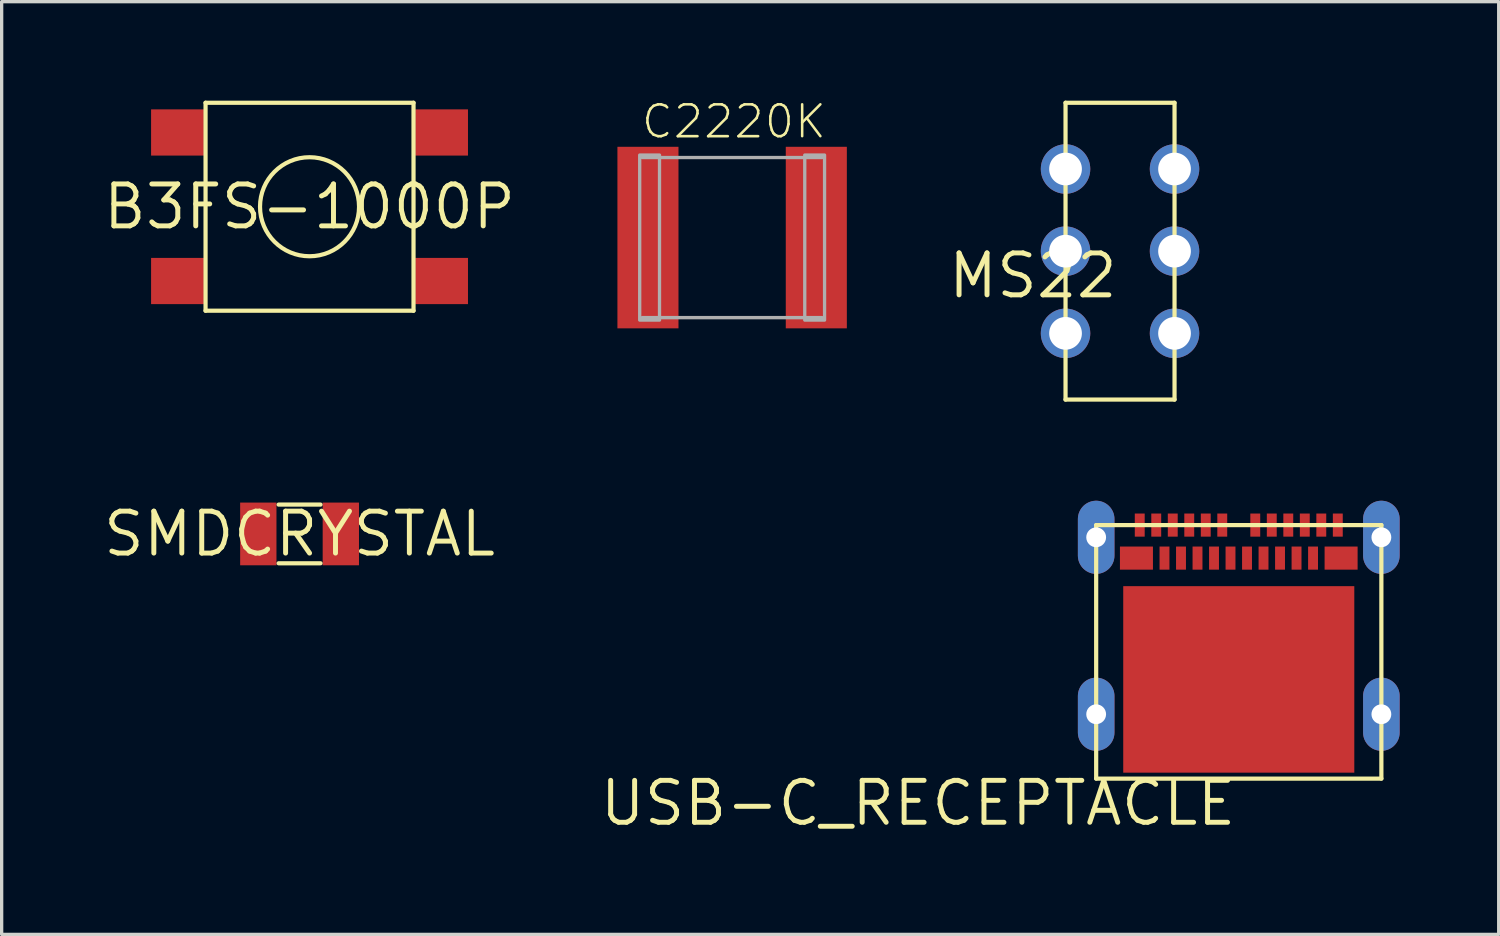
<source format=kicad_pcb>
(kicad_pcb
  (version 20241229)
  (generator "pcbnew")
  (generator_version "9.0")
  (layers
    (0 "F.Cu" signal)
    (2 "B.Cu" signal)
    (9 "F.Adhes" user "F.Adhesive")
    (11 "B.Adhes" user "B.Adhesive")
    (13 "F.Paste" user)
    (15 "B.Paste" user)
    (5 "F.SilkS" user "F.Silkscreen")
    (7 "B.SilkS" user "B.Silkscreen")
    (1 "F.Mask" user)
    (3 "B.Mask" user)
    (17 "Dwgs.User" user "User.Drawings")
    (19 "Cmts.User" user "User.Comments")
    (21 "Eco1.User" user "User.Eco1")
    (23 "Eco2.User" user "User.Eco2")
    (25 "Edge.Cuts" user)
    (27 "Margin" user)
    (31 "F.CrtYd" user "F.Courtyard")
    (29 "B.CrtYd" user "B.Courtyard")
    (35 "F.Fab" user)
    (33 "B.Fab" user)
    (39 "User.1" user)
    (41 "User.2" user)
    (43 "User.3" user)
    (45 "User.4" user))
  (footprint "SMDCRYSTAL"
    (layer "F.Cu")
    (at 6.025 13.125)
    (property "Reference" "SMDCRYSTAL" (at 0 0 0) (layer "F.SilkS") (effects (font (size 1.27 1.27) (thickness 0.15))))
    (attr through_hole)
    (fp_line (start -0.635 -0.889) (end 0.635 -0.889) (stroke (width 0.127) (type solid)) (layer "F.SilkS"))
    (fp_line (start -0.635 0.889) (end 0.635 0.889) (stroke (width 0.127) (type solid)) (layer "F.SilkS"))
    (pad "P$1" smd rect (at -1.25 0 180) (size 1.1 1.9) (layers "F.Cu" "F.Mask" "F.Paste"))
    (pad "P$2" smd rect (at 1.25 0 180) (size 1.1 1.9) (layers "F.Cu" "F.Mask" "F.Paste")))
  (footprint "USB-C_RECEPTACLE"
    (layer "F.Cu")
    (at 34.477 20.537)
    (property "Reference" "USB-C_RECEPTACLE" (at 0 0 0) (layer "F.SilkS") (effects (font (size 1.27 1.27) (thickness 0.15)) (justify right top)))
    (attr through_hole)
    (fp_line (start -4.32 -7.68) (end -4.32 0) (stroke (width 0.127) (type solid)) (layer "F.SilkS"))
    (fp_line (start -4.32 0) (end 4.32 0) (stroke (width 0.127) (type solid)) (layer "F.SilkS"))
    (fp_line (start 4.32 -7.68) (end -4.32 -7.68) (stroke (width 0.127) (type solid)) (layer "F.SilkS"))
    (fp_line (start 4.32 0) (end 4.32 -7.68) (stroke (width 0.127) (type solid)) (layer "F.SilkS"))
    (fp_line (start -4.62 -7.87) (end -4.62 -6.75) (stroke (width 0.001) (type solid)) (layer "Edge.Cuts"))
    (fp_line (start -4.62 -2.51) (end -4.62 -1.39) (stroke (width 0.001) (type solid)) (layer "Edge.Cuts"))
    (fp_line (start -4.02 -6.75) (end -4.02 -7.87) (stroke (width 0.001) (type solid)) (layer "Edge.Cuts"))
    (fp_line (start -4.02 -1.39) (end -4.02 -2.51) (stroke (width 0.001) (type solid)) (layer "Edge.Cuts"))
    (fp_line (start 4.02 -7.86) (end 4.02 -6.74) (stroke (width 0.001) (type solid)) (layer "Edge.Cuts"))
    (fp_line (start 4.02 -2.52) (end 4.02 -1.4) (stroke (width 0.001) (type solid)) (layer "Edge.Cuts"))
    (fp_line (start 4.62 -6.74) (end 4.62 -7.86) (stroke (width 0.001) (type solid)) (layer "Edge.Cuts"))
    (fp_line (start 4.62 -1.4) (end 4.62 -2.52) (stroke (width 0.001) (type solid)) (layer "Edge.Cuts"))
    (fp_arc (start -4.62 -7.87) (mid -4.32 -8.17) (end -4.02 -7.87) (stroke (width 0.001) (type solid)) (layer "Edge.Cuts"))
    (fp_arc (start -4.62 -2.51) (mid -4.32 -2.81) (end -4.02 -2.51) (stroke (width 0.001) (type solid)) (layer "Edge.Cuts"))
    (fp_arc (start -4.02 -6.75) (mid -4.32 -6.45) (end -4.62 -6.75) (stroke (width 0.001) (type solid)) (layer "Edge.Cuts"))
    (fp_arc (start -4.02 -1.39) (mid -4.32 -1.09) (end -4.62 -1.39) (stroke (width 0.001) (type solid)) (layer "Edge.Cuts"))
    (fp_arc (start 4.02 -7.86) (mid 4.32 -8.16) (end 4.62 -7.86) (stroke (width 0.001) (type solid)) (layer "Edge.Cuts"))
    (fp_arc (start 4.02 -2.52) (mid 4.32 -2.82) (end 4.62 -2.52) (stroke (width 0.001) (type solid)) (layer "Edge.Cuts"))
    (fp_arc (start 4.62 -6.74) (mid 4.32 -6.44) (end 4.02 -6.74) (stroke (width 0.001) (type solid)) (layer "Edge.Cuts"))
    (fp_arc (start 4.62 -1.4) (mid 4.32 -1.1) (end 4.02 -1.4) (stroke (width 0.001) (type solid)) (layer "Edge.Cuts"))
    (pad "P$1" smd rect (at 0 -3.005) (size 7 5.65) (layers "F.Cu" "F.Mask" "F.Paste"))
    (pad "P$2" thru_hole oval (at 4.32 -1.95 90) (size 2.216 1.108) (drill 0.6) (layers "*.Cu" "*.Mask"))
    (pad "P$3" thru_hole oval (at -4.32 -1.95 90) (size 2.216 1.108) (drill 0.6) (layers "*.Cu" "*.Mask"))
    (pad "P$4" thru_hole oval (at -4.32 -7.31 90) (size 2.216 1.108) (drill 0.6) (layers "*.Cu" "*.Mask"))
    (pad "P$5" thru_hole oval (at 4.32 -7.31 90) (size 2.216 1.108) (drill 0.6) (layers "*.Cu" "*.Mask"))
    (pad "P$6" smd rect (at -0.25 -6.68) (size 0.3 0.7) (layers "F.Cu" "F.Mask" "F.Paste"))
    (pad "P$7" smd rect (at -0.75 -6.68) (size 0.3 0.7) (layers "F.Cu" "F.Mask" "F.Paste"))
    (pad "P$8" smd rect (at -1.25 -6.68) (size 0.3 0.7) (layers "F.Cu" "F.Mask" "F.Paste"))
    (pad "P$9" smd rect (at -1.75 -6.68) (size 0.3 0.7) (layers "F.Cu" "F.Mask" "F.Paste"))
    (pad "P$10" smd rect (at -2.25 -6.68) (size 0.3 0.7) (layers "F.Cu" "F.Mask" "F.Paste"))
    (pad "P$11" smd rect (at 0.25 -6.68) (size 0.3 0.7) (layers "F.Cu" "F.Mask" "F.Paste"))
    (pad "P$12" smd rect (at 0.75 -6.68) (size 0.3 0.7) (layers "F.Cu" "F.Mask" "F.Paste"))
    (pad "P$13" smd rect (at 1.25 -6.68) (size 0.3 0.7) (layers "F.Cu" "F.Mask" "F.Paste"))
    (pad "P$14" smd rect (at 1.75 -6.68) (size 0.3 0.7) (layers "F.Cu" "F.Mask" "F.Paste"))
    (pad "P$15" smd rect (at 2.25 -6.68) (size 0.3 0.7) (layers "F.Cu" "F.Mask" "F.Paste"))
    (pad "P$16" smd rect (at 0.5 -7.68) (size 0.3 0.7) (layers "F.Cu" "F.Mask" "F.Paste"))
    (pad "P$17" smd rect (at 1 -7.68) (size 0.3 0.7) (layers "F.Cu" "F.Mask" "F.Paste"))
    (pad "P$18" smd rect (at 1.5 -7.68) (size 0.3 0.7) (layers "F.Cu" "F.Mask" "F.Paste"))
    (pad "P$19" smd rect (at 2 -7.68) (size 0.3 0.7) (layers "F.Cu" "F.Mask" "F.Paste"))
    (pad "P$20" smd rect (at 2.5 -7.68) (size 0.3 0.7) (layers "F.Cu" "F.Mask" "F.Paste"))
    (pad "P$21" smd rect (at 3 -7.68) (size 0.3 0.7) (layers "F.Cu" "F.Mask" "F.Paste"))
    (pad "P$22" smd rect (at -0.5 -7.68) (size 0.3 0.7) (layers "F.Cu" "F.Mask" "F.Paste"))
    (pad "P$23" smd rect (at -1 -7.68) (size 0.3 0.7) (layers "F.Cu" "F.Mask" "F.Paste"))
    (pad "P$24" smd rect (at -1.5 -7.68) (size 0.3 0.7) (layers "F.Cu" "F.Mask" "F.Paste"))
    (pad "P$25" smd rect (at -2 -7.68) (size 0.3 0.7) (layers "F.Cu" "F.Mask" "F.Paste"))
    (pad "P$26" smd rect (at -2.5 -7.68) (size 0.3 0.7) (layers "F.Cu" "F.Mask" "F.Paste"))
    (pad "P$27" smd rect (at -3 -7.68) (size 0.3 0.7) (layers "F.Cu" "F.Mask" "F.Paste"))
    (pad "P$28" smd rect (at -3.1 -6.68) (size 1 0.7) (layers "F.Cu" "F.Mask" "F.Paste"))
    (pad "P$29" smd rect (at 3.1 -6.68) (size 1 0.7) (layers "F.Cu" "F.Mask" "F.Paste")))
  (footprint "B3FS-1000P"
    (layer "F.Cu")
    (at 6.327 3.213)
    (property "Reference" "B3FS-1000P" (at 0 0 0) (layer "F.SilkS") (effects (font (size 1.27 1.27) (thickness 0.15))))
    (attr through_hole)
    (fp_line (start -3.15 -3.15) (end 3.15 -3.15) (stroke (width 0.127) (type solid)) (layer "F.SilkS"))
    (fp_line (start -3.15 3.15) (end -3.15 -3.15) (stroke (width 0.127) (type solid)) (layer "F.SilkS"))
    (fp_line (start 3.15 -3.15) (end 3.15 3.15) (stroke (width 0.127) (type solid)) (layer "F.SilkS"))
    (fp_line (start 3.15 3.15) (end -3.15 3.15) (stroke (width 0.127) (type solid)) (layer "F.SilkS"))
    (fp_circle (center 0 0) (end 1.5 0) (stroke (width 0.127) (type solid)) (fill no) (layer "F.SilkS"))
    (pad "P$1" smd rect (at 4 2.25 180) (size 1.6 1.4) (layers "F.Cu" "F.Mask" "F.Paste"))
    (pad "P$2" smd rect (at -4 2.25 180) (size 1.6 1.4) (layers "F.Cu" "F.Mask" "F.Paste"))
    (pad "P$3" smd rect (at 4 -2.25 180) (size 1.6 1.4) (layers "F.Cu" "F.Mask" "F.Paste"))
    (pad "P$4" smd rect (at -4 -2.25 180) (size 1.6 1.4) (layers "F.Cu" "F.Mask" "F.Paste")))
  (footprint "MS22"
    (layer "F.Cu")
    (at 30.88 4.559)
    (property "Reference" "MS22" (at 0 0 0) (layer "F.SilkS") (effects (font (size 1.27 1.27) (thickness 0.15)) (justify right top)))
    (attr through_hole)
    (fp_line (start -1.651 -4.496) (end 1.651 -4.496) (stroke (width 0.127) (type solid)) (layer "F.SilkS"))
    (fp_line (start -1.651 4.496) (end -1.651 -4.496) (stroke (width 0.127) (type solid)) (layer "F.SilkS"))
    (fp_line (start 1.651 -4.496) (end 1.651 4.496) (stroke (width 0.127) (type solid)) (layer "F.SilkS"))
    (fp_line (start 1.651 4.496) (end -1.651 4.496) (stroke (width 0.127) (type solid)) (layer "F.SilkS"))
    (pad "P$1" thru_hole circle (at -1.651 -2.489) (size 1.499 1.499) (drill 0.991) (layers "*.Cu" "*.Mask"))
    (pad "P$2" thru_hole circle (at 1.651 -2.489) (size 1.499 1.499) (drill 0.991) (layers "*.Cu" "*.Mask"))
    (pad "P$3" thru_hole circle (at -1.651 0) (size 1.499 1.499) (drill 0.991) (layers "*.Cu" "*.Mask"))
    (pad "P$4" thru_hole circle (at 1.651 0) (size 1.499 1.499) (drill 0.991) (layers "*.Cu" "*.Mask"))
    (pad "P$5" thru_hole circle (at -1.651 2.489) (size 1.499 1.499) (drill 0.991) (layers "*.Cu" "*.Mask"))
    (pad "P$6" thru_hole circle (at 1.651 2.489) (size 1.499 1.499) (drill 0.991) (layers "*.Cu" "*.Mask")))
  (footprint "C2220K"
    (layer "F.Cu")
    (at 19.129 4.147)
    (property "Reference" "C2220K" (at -2.8 -2.95 0) (layer "F.SilkS") (effects (font (size 0.965 0.965) (thickness 0.077)) (justify left bottom)))
    (attr through_hole)
    (fp_line (start -2.725 -2.425) (end 2.725 -2.425) (stroke (width 0.102) (type solid)) (layer "F.Fab"))
    (fp_line (start 2.725 2.425) (end -2.725 2.425) (stroke (width 0.102) (type solid)) (layer "F.Fab"))
    (fp_poly (pts (xy -2.8 2.5) (xy -2.2 2.5) (xy -2.2 -2.5) (xy -2.8 -2.5)) (stroke (width 0.1) (type solid)) (fill no) (layer "F.Fab"))
    (fp_poly (pts (xy 2.2 2.5) (xy 2.8 2.5) (xy 2.8 -2.5) (xy 2.2 -2.5)) (stroke (width 0.1) (type solid)) (fill no) (layer "F.Fab"))
    (pad "1" smd rect (at -2.55 0) (size 1.85 5.5) (layers "F.Cu" "F.Mask" "F.Paste"))
    (pad "2" smd rect (at 2.55 0) (size 1.85 5.5) (layers "F.Cu" "F.Mask" "F.Paste")))
  (gr_rect
    (start -3 -3)
    (end 42.351 25.257)
    (stroke (width 0.1) (type default))
    (fill no)
    (layer "Edge.Cuts")))
</source>
